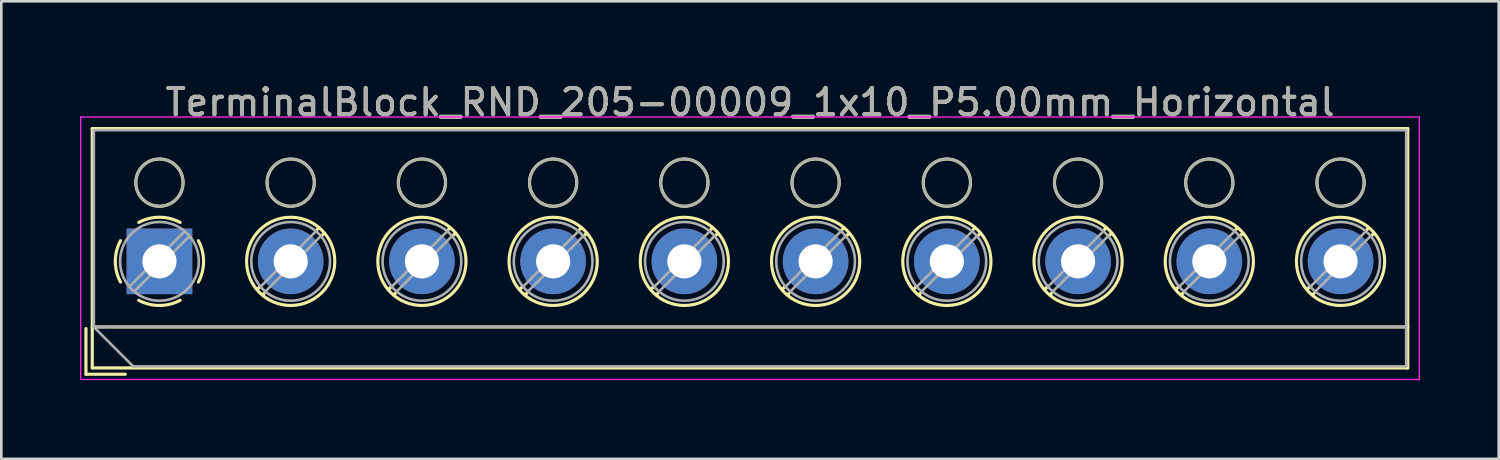
<source format=kicad_pcb>
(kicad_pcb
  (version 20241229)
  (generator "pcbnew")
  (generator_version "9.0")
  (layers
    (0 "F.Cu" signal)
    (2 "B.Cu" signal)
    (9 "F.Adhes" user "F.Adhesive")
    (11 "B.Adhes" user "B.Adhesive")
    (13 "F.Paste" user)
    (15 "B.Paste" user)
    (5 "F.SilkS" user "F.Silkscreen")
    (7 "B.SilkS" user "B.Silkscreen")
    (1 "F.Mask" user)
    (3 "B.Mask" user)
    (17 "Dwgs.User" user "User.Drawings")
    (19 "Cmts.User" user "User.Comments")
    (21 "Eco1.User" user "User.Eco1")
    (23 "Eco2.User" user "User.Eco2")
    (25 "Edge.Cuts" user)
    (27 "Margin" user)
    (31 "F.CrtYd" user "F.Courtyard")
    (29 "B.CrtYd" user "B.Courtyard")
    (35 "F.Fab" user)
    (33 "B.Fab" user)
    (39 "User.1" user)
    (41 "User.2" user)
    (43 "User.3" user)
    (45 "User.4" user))
  (footprint "TerminalBlock_RND_205-00009_1x10_P5.00mm_Horizontal"
    (layer "F.Cu")
    (at 3.025 6.908)
    (property "Reference" "TerminalBlock_RND_205-00009_1x10_P5.00mm_Horizontal" (at 22.5 -6.06 0) (layer "F.SilkS") (effects (font (size 1 1) (thickness 0.15))))
    (attr through_hole)
    (fp_line (start -2.8 2.56) (end -2.8 4.3) (stroke (width 0.12) (type solid)) (layer "F.SilkS"))
    (fp_line (start -2.8 4.3) (end -1.3 4.3) (stroke (width 0.12) (type solid)) (layer "F.SilkS"))
    (fp_line (start -2.56 -5.06) (end -2.56 4.06) (stroke (width 0.12) (type solid)) (layer "F.SilkS"))
    (fp_line (start -2.56 -5.06) (end 47.56 -5.06) (stroke (width 0.12) (type solid)) (layer "F.SilkS"))
    (fp_line (start -2.56 2.5) (end 47.56 2.5) (stroke (width 0.12) (type solid)) (layer "F.SilkS"))
    (fp_line (start -2.56 4.06) (end 47.56 4.06) (stroke (width 0.12) (type solid)) (layer "F.SilkS"))
    (fp_line (start 3.82 0.976) (end 3.726 1.069) (stroke (width 0.12) (type solid)) (layer "F.SilkS"))
    (fp_line (start 3.99 1.216) (end 3.931 1.274) (stroke (width 0.12) (type solid)) (layer "F.SilkS"))
    (fp_line (start 6.07 -1.275) (end 6.011 -1.216) (stroke (width 0.12) (type solid)) (layer "F.SilkS"))
    (fp_line (start 6.275 -1.069) (end 6.181 -0.976) (stroke (width 0.12) (type solid)) (layer "F.SilkS"))
    (fp_line (start 8.82 0.976) (end 8.726 1.069) (stroke (width 0.12) (type solid)) (layer "F.SilkS"))
    (fp_line (start 8.99 1.216) (end 8.931 1.274) (stroke (width 0.12) (type solid)) (layer "F.SilkS"))
    (fp_line (start 11.07 -1.275) (end 11.011 -1.216) (stroke (width 0.12) (type solid)) (layer "F.SilkS"))
    (fp_line (start 11.275 -1.069) (end 11.181 -0.976) (stroke (width 0.12) (type solid)) (layer "F.SilkS"))
    (fp_line (start 13.82 0.976) (end 13.726 1.069) (stroke (width 0.12) (type solid)) (layer "F.SilkS"))
    (fp_line (start 13.99 1.216) (end 13.931 1.274) (stroke (width 0.12) (type solid)) (layer "F.SilkS"))
    (fp_line (start 16.07 -1.275) (end 16.011 -1.216) (stroke (width 0.12) (type solid)) (layer "F.SilkS"))
    (fp_line (start 16.275 -1.069) (end 16.181 -0.976) (stroke (width 0.12) (type solid)) (layer "F.SilkS"))
    (fp_line (start 18.82 0.976) (end 18.726 1.069) (stroke (width 0.12) (type solid)) (layer "F.SilkS"))
    (fp_line (start 18.99 1.216) (end 18.931 1.274) (stroke (width 0.12) (type solid)) (layer "F.SilkS"))
    (fp_line (start 21.07 -1.275) (end 21.011 -1.216) (stroke (width 0.12) (type solid)) (layer "F.SilkS"))
    (fp_line (start 21.275 -1.069) (end 21.181 -0.976) (stroke (width 0.12) (type solid)) (layer "F.SilkS"))
    (fp_line (start 23.82 0.976) (end 23.726 1.069) (stroke (width 0.12) (type solid)) (layer "F.SilkS"))
    (fp_line (start 23.99 1.216) (end 23.931 1.274) (stroke (width 0.12) (type solid)) (layer "F.SilkS"))
    (fp_line (start 26.07 -1.275) (end 26.011 -1.216) (stroke (width 0.12) (type solid)) (layer "F.SilkS"))
    (fp_line (start 26.275 -1.069) (end 26.181 -0.976) (stroke (width 0.12) (type solid)) (layer "F.SilkS"))
    (fp_line (start 28.82 0.976) (end 28.726 1.069) (stroke (width 0.12) (type solid)) (layer "F.SilkS"))
    (fp_line (start 28.99 1.216) (end 28.931 1.274) (stroke (width 0.12) (type solid)) (layer "F.SilkS"))
    (fp_line (start 31.07 -1.275) (end 31.011 -1.216) (stroke (width 0.12) (type solid)) (layer "F.SilkS"))
    (fp_line (start 31.275 -1.069) (end 31.181 -0.976) (stroke (width 0.12) (type solid)) (layer "F.SilkS"))
    (fp_line (start 33.82 0.976) (end 33.726 1.069) (stroke (width 0.12) (type solid)) (layer "F.SilkS"))
    (fp_line (start 33.99 1.216) (end 33.931 1.274) (stroke (width 0.12) (type solid)) (layer "F.SilkS"))
    (fp_line (start 36.07 -1.275) (end 36.011 -1.216) (stroke (width 0.12) (type solid)) (layer "F.SilkS"))
    (fp_line (start 36.275 -1.069) (end 36.181 -0.976) (stroke (width 0.12) (type solid)) (layer "F.SilkS"))
    (fp_line (start 38.82 0.976) (end 38.726 1.069) (stroke (width 0.12) (type solid)) (layer "F.SilkS"))
    (fp_line (start 38.99 1.216) (end 38.931 1.274) (stroke (width 0.12) (type solid)) (layer "F.SilkS"))
    (fp_line (start 41.07 -1.275) (end 41.011 -1.216) (stroke (width 0.12) (type solid)) (layer "F.SilkS"))
    (fp_line (start 41.275 -1.069) (end 41.181 -0.976) (stroke (width 0.12) (type solid)) (layer "F.SilkS"))
    (fp_line (start 43.82 0.976) (end 43.726 1.069) (stroke (width 0.12) (type solid)) (layer "F.SilkS"))
    (fp_line (start 43.99 1.216) (end 43.931 1.274) (stroke (width 0.12) (type solid)) (layer "F.SilkS"))
    (fp_line (start 46.07 -1.275) (end 46.011 -1.216) (stroke (width 0.12) (type solid)) (layer "F.SilkS"))
    (fp_line (start 46.275 -1.069) (end 46.181 -0.976) (stroke (width 0.12) (type solid)) (layer "F.SilkS"))
    (fp_line (start 47.56 -5.06) (end 47.56 4.06) (stroke (width 0.12) (type solid)) (layer "F.SilkS"))
    (fp_arc (start -1.483953 0.789089) (mid -1.680708 0.00005) (end -1.484 -0.789) (stroke (width 0.12) (type solid)) (layer "F.SilkS"))
    (fp_arc (start -0.789089 -1.483953) (mid -0.00005 -1.680708) (end 0.789 -1.484) (stroke (width 0.12) (type solid)) (layer "F.SilkS"))
    (fp_arc (start 0.029383 1.68045) (mid -0.392304 1.634281) (end -0.789 1.484) (stroke (width 0.12) (type solid)) (layer "F.SilkS"))
    (fp_arc (start 0.788712 1.483352) (mid 0.406429 1.630097) (end 0 1.68) (stroke (width 0.12) (type solid)) (layer "F.SilkS"))
    (fp_arc (start 1.483953 -0.789089) (mid 1.680708 -0.00005) (end 1.484 0.789) (stroke (width 0.12) (type solid)) (layer "F.SilkS"))
    (fp_circle (center 0 -3) (end 0.9 -3) (stroke (width 0.12) (type solid)) (fill no) (layer "F.SilkS"))
    (fp_circle (center 5 -3) (end 5.9 -3) (stroke (width 0.12) (type solid)) (fill no) (layer "F.SilkS"))
    (fp_circle (center 5 0) (end 6.68 0) (stroke (width 0.12) (type solid)) (fill no) (layer "F.SilkS"))
    (fp_circle (center 10 -3) (end 10.9 -3) (stroke (width 0.12) (type solid)) (fill no) (layer "F.SilkS"))
    (fp_circle (center 10 0) (end 11.68 0) (stroke (width 0.12) (type solid)) (fill no) (layer "F.SilkS"))
    (fp_circle (center 15 -3) (end 15.9 -3) (stroke (width 0.12) (type solid)) (fill no) (layer "F.SilkS"))
    (fp_circle (center 15 0) (end 16.68 0) (stroke (width 0.12) (type solid)) (fill no) (layer "F.SilkS"))
    (fp_circle (center 20 -3) (end 20.9 -3) (stroke (width 0.12) (type solid)) (fill no) (layer "F.SilkS"))
    (fp_circle (center 20 0) (end 21.68 0) (stroke (width 0.12) (type solid)) (fill no) (layer "F.SilkS"))
    (fp_circle (center 25 -3) (end 25.9 -3) (stroke (width 0.12) (type solid)) (fill no) (layer "F.SilkS"))
    (fp_circle (center 25 0) (end 26.68 0) (stroke (width 0.12) (type solid)) (fill no) (layer "F.SilkS"))
    (fp_circle (center 30 -3) (end 30.9 -3) (stroke (width 0.12) (type solid)) (fill no) (layer "F.SilkS"))
    (fp_circle (center 30 0) (end 31.68 0) (stroke (width 0.12) (type solid)) (fill no) (layer "F.SilkS"))
    (fp_circle (center 35 -3) (end 35.9 -3) (stroke (width 0.12) (type solid)) (fill no) (layer "F.SilkS"))
    (fp_circle (center 35 0) (end 36.68 0) (stroke (width 0.12) (type solid)) (fill no) (layer "F.SilkS"))
    (fp_circle (center 40 -3) (end 40.9 -3) (stroke (width 0.12) (type solid)) (fill no) (layer "F.SilkS"))
    (fp_circle (center 40 0) (end 41.68 0) (stroke (width 0.12) (type solid)) (fill no) (layer "F.SilkS"))
    (fp_circle (center 45 -3) (end 45.9 -3) (stroke (width 0.12) (type solid)) (fill no) (layer "F.SilkS"))
    (fp_circle (center 45 0) (end 46.68 0) (stroke (width 0.12) (type solid)) (fill no) (layer "F.SilkS"))
    (fp_line (start -3 -5.5) (end -3 4.5) (stroke (width 0.05) (type solid)) (layer "F.CrtYd"))
    (fp_line (start -3 4.5) (end 48 4.5) (stroke (width 0.05) (type solid)) (layer "F.CrtYd"))
    (fp_line (start 48 -5.5) (end -3 -5.5) (stroke (width 0.05) (type solid)) (layer "F.CrtYd"))
    (fp_line (start 48 4.5) (end 48 -5.5) (stroke (width 0.05) (type solid)) (layer "F.CrtYd"))
    (fp_line (start -2.5 -5) (end 47.5 -5) (stroke (width 0.1) (type solid)) (layer "F.Fab"))
    (fp_line (start -2.5 2.5) (end -2.5 -5) (stroke (width 0.1) (type solid)) (layer "F.Fab"))
    (fp_line (start -2.5 2.5) (end 47.5 2.5) (stroke (width 0.1) (type solid)) (layer "F.Fab"))
    (fp_line (start -1 4) (end -2.5 2.5) (stroke (width 0.1) (type solid)) (layer "F.Fab"))
    (fp_line (start 0.955 -1.138) (end -1.138 0.955) (stroke (width 0.1) (type solid)) (layer "F.Fab"))
    (fp_line (start 1.138 -0.955) (end -0.955 1.138) (stroke (width 0.1) (type solid)) (layer "F.Fab"))
    (fp_line (start 5.955 -1.138) (end 3.863 0.955) (stroke (width 0.1) (type solid)) (layer "F.Fab"))
    (fp_line (start 6.138 -0.955) (end 4.046 1.138) (stroke (width 0.1) (type solid)) (layer "F.Fab"))
    (fp_line (start 10.955 -1.138) (end 8.863 0.955) (stroke (width 0.1) (type solid)) (layer "F.Fab"))
    (fp_line (start 11.138 -0.955) (end 9.046 1.138) (stroke (width 0.1) (type solid)) (layer "F.Fab"))
    (fp_line (start 15.955 -1.138) (end 13.863 0.955) (stroke (width 0.1) (type solid)) (layer "F.Fab"))
    (fp_line (start 16.138 -0.955) (end 14.046 1.138) (stroke (width 0.1) (type solid)) (layer "F.Fab"))
    (fp_line (start 20.955 -1.138) (end 18.863 0.955) (stroke (width 0.1) (type solid)) (layer "F.Fab"))
    (fp_line (start 21.138 -0.955) (end 19.046 1.138) (stroke (width 0.1) (type solid)) (layer "F.Fab"))
    (fp_line (start 25.955 -1.138) (end 23.863 0.955) (stroke (width 0.1) (type solid)) (layer "F.Fab"))
    (fp_line (start 26.138 -0.955) (end 24.046 1.138) (stroke (width 0.1) (type solid)) (layer "F.Fab"))
    (fp_line (start 30.955 -1.138) (end 28.863 0.955) (stroke (width 0.1) (type solid)) (layer "F.Fab"))
    (fp_line (start 31.138 -0.955) (end 29.046 1.138) (stroke (width 0.1) (type solid)) (layer "F.Fab"))
    (fp_line (start 35.955 -1.138) (end 33.863 0.955) (stroke (width 0.1) (type solid)) (layer "F.Fab"))
    (fp_line (start 36.138 -0.955) (end 34.046 1.138) (stroke (width 0.1) (type solid)) (layer "F.Fab"))
    (fp_line (start 40.955 -1.138) (end 38.863 0.955) (stroke (width 0.1) (type solid)) (layer "F.Fab"))
    (fp_line (start 41.138 -0.955) (end 39.046 1.138) (stroke (width 0.1) (type solid)) (layer "F.Fab"))
    (fp_line (start 45.955 -1.138) (end 43.863 0.955) (stroke (width 0.1) (type solid)) (layer "F.Fab"))
    (fp_line (start 46.138 -0.955) (end 44.046 1.138) (stroke (width 0.1) (type solid)) (layer "F.Fab"))
    (fp_line (start 47.5 -5) (end 47.5 4) (stroke (width 0.1) (type solid)) (layer "F.Fab"))
    (fp_line (start 47.5 4) (end -1 4) (stroke (width 0.1) (type solid)) (layer "F.Fab"))
    (fp_circle (center 0 -3) (end 0.9 -3) (stroke (width 0.1) (type solid)) (fill no) (layer "F.Fab"))
    (fp_circle (center 0 0) (end 1.5 0) (stroke (width 0.1) (type solid)) (fill no) (layer "F.Fab"))
    (fp_circle (center 5 -3) (end 5.9 -3) (stroke (width 0.1) (type solid)) (fill no) (layer "F.Fab"))
    (fp_circle (center 5 0) (end 6.5 0) (stroke (width 0.1) (type solid)) (fill no) (layer "F.Fab"))
    (fp_circle (center 10 -3) (end 10.9 -3) (stroke (width 0.1) (type solid)) (fill no) (layer "F.Fab"))
    (fp_circle (center 10 0) (end 11.5 0) (stroke (width 0.1) (type solid)) (fill no) (layer "F.Fab"))
    (fp_circle (center 15 -3) (end 15.9 -3) (stroke (width 0.1) (type solid)) (fill no) (layer "F.Fab"))
    (fp_circle (center 15 0) (end 16.5 0) (stroke (width 0.1) (type solid)) (fill no) (layer "F.Fab"))
    (fp_circle (center 20 -3) (end 20.9 -3) (stroke (width 0.1) (type solid)) (fill no) (layer "F.Fab"))
    (fp_circle (center 20 0) (end 21.5 0) (stroke (width 0.1) (type solid)) (fill no) (layer "F.Fab"))
    (fp_circle (center 25 -3) (end 25.9 -3) (stroke (width 0.1) (type solid)) (fill no) (layer "F.Fab"))
    (fp_circle (center 25 0) (end 26.5 0) (stroke (width 0.1) (type solid)) (fill no) (layer "F.Fab"))
    (fp_circle (center 30 -3) (end 30.9 -3) (stroke (width 0.1) (type solid)) (fill no) (layer "F.Fab"))
    (fp_circle (center 30 0) (end 31.5 0) (stroke (width 0.1) (type solid)) (fill no) (layer "F.Fab"))
    (fp_circle (center 35 -3) (end 35.9 -3) (stroke (width 0.1) (type solid)) (fill no) (layer "F.Fab"))
    (fp_circle (center 35 0) (end 36.5 0) (stroke (width 0.1) (type solid)) (fill no) (layer "F.Fab"))
    (fp_circle (center 40 -3) (end 40.9 -3) (stroke (width 0.1) (type solid)) (fill no) (layer "F.Fab"))
    (fp_circle (center 40 0) (end 41.5 0) (stroke (width 0.1) (type solid)) (fill no) (layer "F.Fab"))
    (fp_circle (center 45 -3) (end 45.9 -3) (stroke (width 0.1) (type solid)) (fill no) (layer "F.Fab"))
    (fp_circle (center 45 0) (end 46.5 0) (stroke (width 0.1) (type solid)) (fill no) (layer "F.Fab"))
    (fp_text user "${REFERENCE}" (at 22.5 -6.06 0) (layer "F.Fab") (effects (font (size 1 1) (thickness 0.15))))
    (pad "1" thru_hole rect (at 0 0) (size 2.5 2.5) (drill 1.3) (layers "*.Cu" "*.Mask"))
    (pad "2" thru_hole circle (at 5 0) (size 2.5 2.5) (drill 1.3) (layers "*.Cu" "*.Mask"))
    (pad "3" thru_hole circle (at 10 0) (size 2.5 2.5) (drill 1.3) (layers "*.Cu" "*.Mask"))
    (pad "4" thru_hole circle (at 15 0) (size 2.5 2.5) (drill 1.3) (layers "*.Cu" "*.Mask"))
    (pad "5" thru_hole circle (at 20 0) (size 2.5 2.5) (drill 1.3) (layers "*.Cu" "*.Mask"))
    (pad "6" thru_hole circle (at 25 0) (size 2.5 2.5) (drill 1.3) (layers "*.Cu" "*.Mask"))
    (pad "7" thru_hole circle (at 30 0) (size 2.5 2.5) (drill 1.3) (layers "*.Cu" "*.Mask"))
    (pad "8" thru_hole circle (at 35 0) (size 2.5 2.5) (drill 1.3) (layers "*.Cu" "*.Mask"))
    (pad "9" thru_hole circle (at 40 0) (size 2.5 2.5) (drill 1.3) (layers "*.Cu" "*.Mask"))
    (pad "10" thru_hole circle (at 45 0) (size 2.5 2.5) (drill 1.3) (layers "*.Cu" "*.Mask")))
  (gr_rect
    (start -3 -3)
    (end 54.05 14.433)
    (stroke (width 0.1) (type default))
    (fill no)
    (layer "Edge.Cuts")))
</source>
